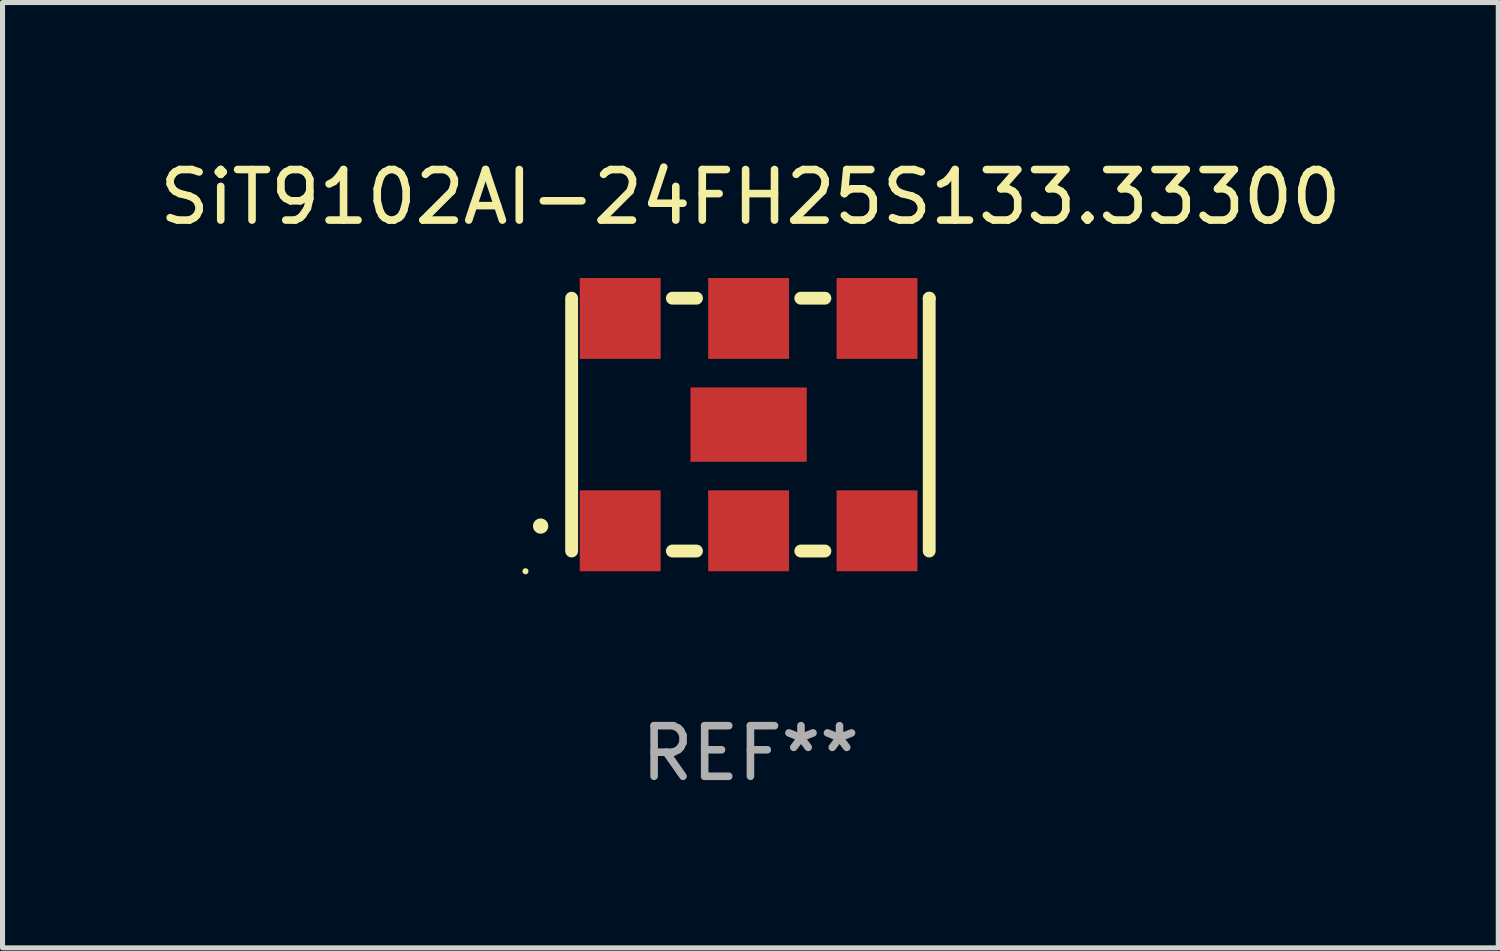
<source format=kicad_pcb>
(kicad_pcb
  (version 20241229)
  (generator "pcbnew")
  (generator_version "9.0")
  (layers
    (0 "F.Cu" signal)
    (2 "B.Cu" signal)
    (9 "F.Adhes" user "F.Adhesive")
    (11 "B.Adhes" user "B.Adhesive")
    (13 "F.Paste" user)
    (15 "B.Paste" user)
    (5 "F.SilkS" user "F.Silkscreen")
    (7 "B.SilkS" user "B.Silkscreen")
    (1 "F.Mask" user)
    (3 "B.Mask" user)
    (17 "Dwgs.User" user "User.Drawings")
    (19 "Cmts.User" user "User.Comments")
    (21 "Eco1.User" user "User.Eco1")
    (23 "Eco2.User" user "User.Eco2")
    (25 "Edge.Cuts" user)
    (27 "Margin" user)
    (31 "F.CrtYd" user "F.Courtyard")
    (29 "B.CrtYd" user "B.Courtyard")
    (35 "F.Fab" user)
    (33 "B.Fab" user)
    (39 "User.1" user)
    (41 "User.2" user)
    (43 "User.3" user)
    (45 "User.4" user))
  (footprint "SiT9102AI-24FH25S133.33300"
    (layer "F.Cu")
    (at 11.792 5.348)
    (property "Reference" "SiT9102AI-24FH25S133.33300" (at 0 -4.5 0) (layer "F.SilkS") (effects (font (size 1 1) (thickness 0.15))))
    (attr through_hole)
    (fp_line (start -3.536 -2.5) (end -3.536 2.5) (stroke (width 0.254) (type solid)) (layer "F.SilkS"))
    (fp_line (start -1.544 2.5) (end -1.067 2.5) (stroke (width 0.254) (type solid)) (layer "F.SilkS"))
    (fp_line (start -1.067 -2.5) (end -1.544 -2.5) (stroke (width 0.254) (type solid)) (layer "F.SilkS"))
    (fp_line (start 0.996 2.5) (end 1.473 2.5) (stroke (width 0.254) (type solid)) (layer "F.SilkS"))
    (fp_line (start 1.473 -2.5) (end 0.996 -2.5) (stroke (width 0.254) (type solid)) (layer "F.SilkS"))
    (fp_line (start 3.536 -2.5) (end 3.536 -2.5) (stroke (width 0.254) (type solid)) (layer "F.SilkS"))
    (fp_line (start 3.536 2.5) (end 3.536 -2.5) (stroke (width 0.254) (type solid)) (layer "F.SilkS"))
    (fp_arc (start -4.150432 2.006604) (mid -4.149162 2.006599) (end -4.147892 2.006604) (stroke (width 0.3) (type solid)) (layer "F.SilkS"))
    (fp_circle (center -4.449 2.9) (end -4.419 2.9) (stroke (width 0.06) (type solid)) (fill no) (layer "F.SilkS"))
    (fp_text user "REF**" (at 0 6.5 0) (layer "F.Fab") (effects (font (size 1 1) (thickness 0.15))))
    (pad "1" smd rect (at -2.576 2.1) (size 1.6 1.6) (layers "F.Cu" "F.Mask" "F.Paste"))
    (pad "2" smd rect (at -0.036 2.1) (size 1.6 1.6) (layers "F.Cu" "F.Mask" "F.Paste"))
    (pad "3" smd rect (at 2.504 2.1) (size 1.6 1.6) (layers "F.Cu" "F.Mask" "F.Paste"))
    (pad "4" smd rect (at 2.504 -2.1) (size 1.6 1.6) (layers "F.Cu" "F.Mask" "F.Paste"))
    (pad "5" smd rect (at -0.036 -2.1) (size 1.6 1.6) (layers "F.Cu" "F.Mask" "F.Paste"))
    (pad "6" smd rect (at -2.576 -2.1) (size 1.6 1.6) (layers "F.Cu" "F.Mask" "F.Paste"))
    (pad "7" smd rect (at -0.036 0) (size 2.3 1.47) (layers "F.Cu" "F.Mask" "F.Paste")))
  (gr_rect
    (start -3 -3)
    (end 26.583 15.697)
    (stroke (width 0.1) (type default))
    (fill no)
    (layer "Edge.Cuts")))
</source>
